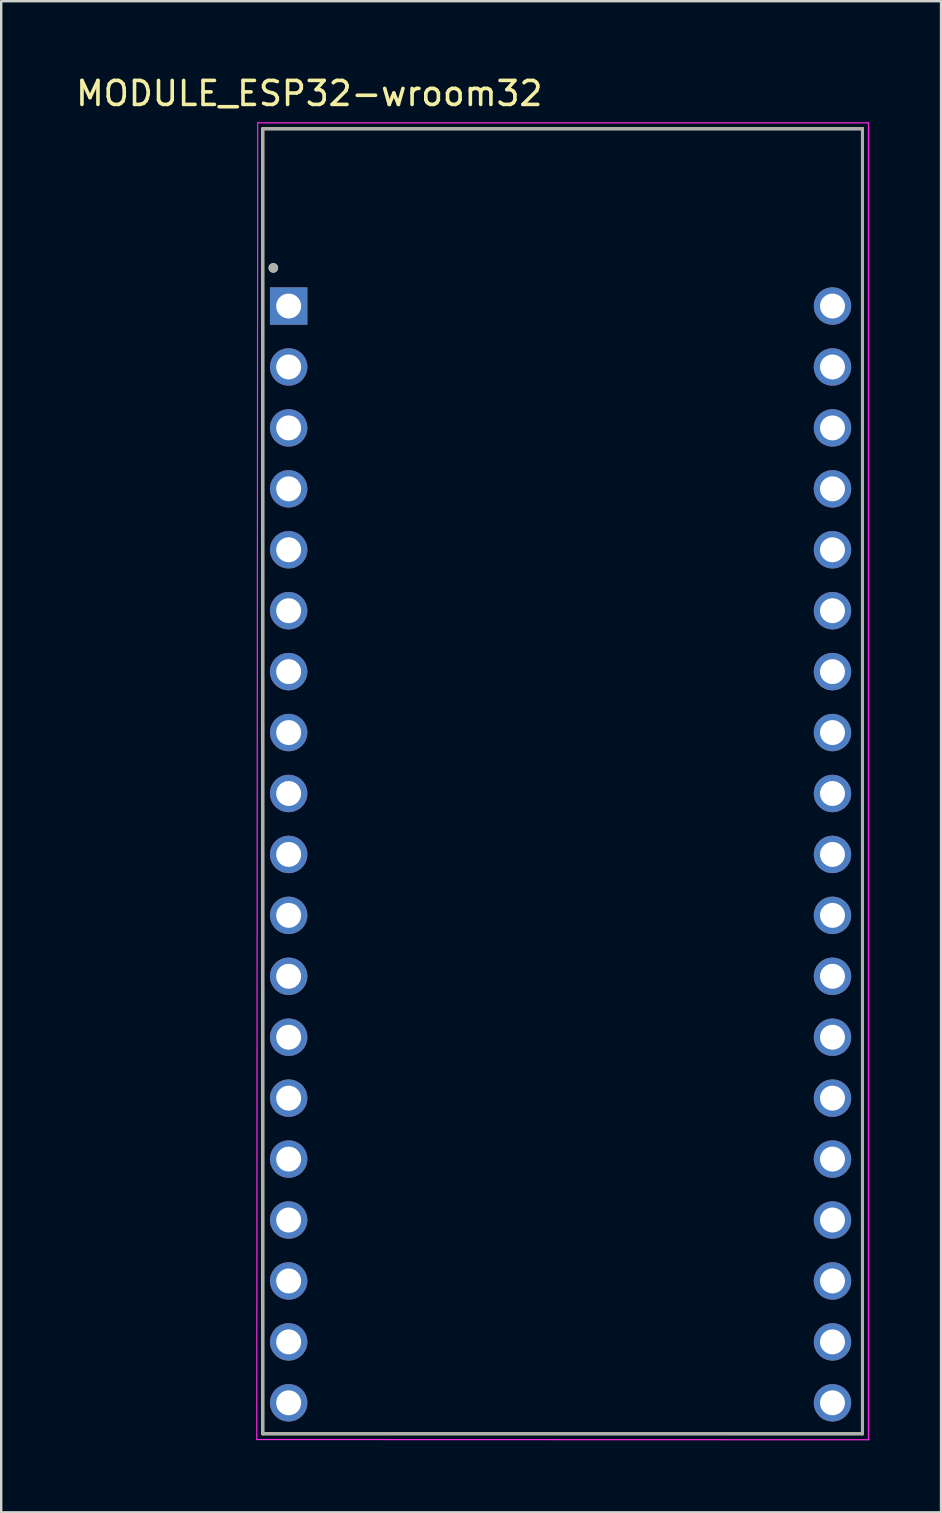
<source format=kicad_pcb>
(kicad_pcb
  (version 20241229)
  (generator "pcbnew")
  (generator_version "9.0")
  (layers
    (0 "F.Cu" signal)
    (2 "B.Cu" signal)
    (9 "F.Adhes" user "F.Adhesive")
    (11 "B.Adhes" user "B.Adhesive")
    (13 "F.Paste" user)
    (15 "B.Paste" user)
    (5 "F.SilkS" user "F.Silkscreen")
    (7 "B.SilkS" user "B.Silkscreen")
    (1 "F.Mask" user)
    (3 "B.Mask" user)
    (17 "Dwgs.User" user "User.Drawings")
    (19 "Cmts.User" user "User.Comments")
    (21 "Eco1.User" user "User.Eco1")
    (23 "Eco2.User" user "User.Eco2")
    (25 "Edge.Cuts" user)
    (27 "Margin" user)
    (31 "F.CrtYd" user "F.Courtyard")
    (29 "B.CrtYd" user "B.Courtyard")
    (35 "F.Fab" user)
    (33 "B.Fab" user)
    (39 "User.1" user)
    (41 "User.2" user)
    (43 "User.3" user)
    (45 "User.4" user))
  (footprint "MODULE_ESP32-wroom32"
    (layer "F.Cu")
    (at 18.953 29.468)
    (property "Reference" "MODULE_ESP32-wroom32" (at -9.11 -28.62 0) (layer "F.SilkS") (effects (font (size 1 1) (thickness 0.15))))
    (attr through_hole)
    (fp_line (start -11.05 -27.15) (end 13.95 -27.15) (stroke (width 0.127) (type solid)) (layer "F.SilkS"))
    (fp_line (start -11.05 27.25) (end -11.05 -27.15) (stroke (width 0.127) (type solid)) (layer "F.SilkS"))
    (fp_line (start 13.95 -27.15) (end 13.95 27.25) (stroke (width 0.127) (type solid)) (layer "F.SilkS"))
    (fp_line (start 13.95 27.25) (end -11.05 27.25) (stroke (width 0.127) (type solid)) (layer "F.SilkS"))
    (fp_circle (center -10.61 -21.35) (end -10.51 -21.35) (stroke (width 0.2) (type solid)) (fill no) (layer "F.SilkS"))
    (fp_line (start -11.3 27.49) (end -11.26 -27.4) (stroke (width 0.05) (type solid)) (layer "F.CrtYd"))
    (fp_line (start -11.26 -27.4) (end 14.2 -27.4) (stroke (width 0.05) (type solid)) (layer "F.CrtYd"))
    (fp_line (start 14.2 -27.4) (end 14.2 27.5) (stroke (width 0.05) (type solid)) (layer "F.CrtYd"))
    (fp_line (start 14.2 27.5) (end -11.3 27.49) (stroke (width 0.05) (type solid)) (layer "F.CrtYd"))
    (fp_line (start -11.05 -27.15) (end 13.95 -27.15) (stroke (width 0.127) (type solid)) (layer "F.Fab"))
    (fp_line (start -11.05 27.25) (end -11.05 -27.15) (stroke (width 0.127) (type solid)) (layer "F.Fab"))
    (fp_line (start 13.95 -27.15) (end 13.95 27.25) (stroke (width 0.127) (type solid)) (layer "F.Fab"))
    (fp_line (start 13.95 27.25) (end -11.05 27.25) (stroke (width 0.127) (type solid)) (layer "F.Fab"))
    (fp_circle (center -10.61 -21.35) (end -10.51 -21.35) (stroke (width 0.2) (type solid)) (fill no) (layer "F.Fab"))
    (pad "J2-1" thru_hole rect (at -9.97 -19.76) (size 1.56 1.56) (drill 1.04) (layers "*.Cu" "*.Mask"))
    (pad "J2-2" thru_hole circle (at -9.97 -17.22) (size 1.56 1.56) (drill 1.04) (layers "*.Cu" "*.Mask"))
    (pad "J2-3" thru_hole circle (at -9.97 -14.68) (size 1.56 1.56) (drill 1.04) (layers "*.Cu" "*.Mask"))
    (pad "J2-4" thru_hole circle (at -9.97 -12.14) (size 1.56 1.56) (drill 1.04) (layers "*.Cu" "*.Mask"))
    (pad "J2-5" thru_hole circle (at -9.97 -9.6) (size 1.56 1.56) (drill 1.04) (layers "*.Cu" "*.Mask"))
    (pad "J2-6" thru_hole circle (at -9.97 -7.06) (size 1.56 1.56) (drill 1.04) (layers "*.Cu" "*.Mask"))
    (pad "J2-7" thru_hole circle (at -9.97 -4.52) (size 1.56 1.56) (drill 1.04) (layers "*.Cu" "*.Mask"))
    (pad "J2-8" thru_hole circle (at -9.97 -1.98) (size 1.56 1.56) (drill 1.04) (layers "*.Cu" "*.Mask"))
    (pad "J2-9" thru_hole circle (at -9.97 0.56) (size 1.56 1.56) (drill 1.04) (layers "*.Cu" "*.Mask"))
    (pad "J2-10" thru_hole circle (at -9.97 3.1) (size 1.56 1.56) (drill 1.04) (layers "*.Cu" "*.Mask"))
    (pad "J2-11" thru_hole circle (at -9.97 5.64) (size 1.56 1.56) (drill 1.04) (layers "*.Cu" "*.Mask"))
    (pad "J2-12" thru_hole circle (at -9.97 8.18) (size 1.56 1.56) (drill 1.04) (layers "*.Cu" "*.Mask"))
    (pad "J2-13" thru_hole circle (at -9.97 10.72) (size 1.56 1.56) (drill 1.04) (layers "*.Cu" "*.Mask"))
    (pad "J2-14" thru_hole circle (at -9.97 13.26) (size 1.56 1.56) (drill 1.04) (layers "*.Cu" "*.Mask"))
    (pad "J2-15" thru_hole circle (at -9.97 15.8) (size 1.56 1.56) (drill 1.04) (layers "*.Cu" "*.Mask"))
    (pad "J2-16" thru_hole circle (at -9.97 18.34) (size 1.56 1.56) (drill 1.04) (layers "*.Cu" "*.Mask"))
    (pad "J2-17" thru_hole circle (at -9.97 20.88) (size 1.56 1.56) (drill 1.04) (layers "*.Cu" "*.Mask"))
    (pad "J2-18" thru_hole circle (at -9.97 23.42) (size 1.56 1.56) (drill 1.04) (layers "*.Cu" "*.Mask"))
    (pad "J2-19" thru_hole circle (at -9.97 25.96) (size 1.56 1.56) (drill 1.04) (layers "*.Cu" "*.Mask"))
    (pad "J3-1" thru_hole circle (at 12.7 -19.76) (size 1.56 1.56) (drill 1.04) (layers "*.Cu" "*.Mask"))
    (pad "J3-2" thru_hole circle (at 12.7 -17.22) (size 1.56 1.56) (drill 1.04) (layers "*.Cu" "*.Mask"))
    (pad "J3-3" thru_hole circle (at 12.7 -14.68) (size 1.56 1.56) (drill 1.04) (layers "*.Cu" "*.Mask"))
    (pad "J3-4" thru_hole circle (at 12.7 -12.14) (size 1.56 1.56) (drill 1.04) (layers "*.Cu" "*.Mask"))
    (pad "J3-5" thru_hole circle (at 12.7 -9.6) (size 1.56 1.56) (drill 1.04) (layers "*.Cu" "*.Mask"))
    (pad "J3-6" thru_hole circle (at 12.7 -7.06) (size 1.56 1.56) (drill 1.04) (layers "*.Cu" "*.Mask"))
    (pad "J3-7" thru_hole circle (at 12.7 -4.52) (size 1.56 1.56) (drill 1.04) (layers "*.Cu" "*.Mask"))
    (pad "J3-8" thru_hole circle (at 12.7 -1.98) (size 1.56 1.56) (drill 1.04) (layers "*.Cu" "*.Mask"))
    (pad "J3-9" thru_hole circle (at 12.7 0.56) (size 1.56 1.56) (drill 1.04) (layers "*.Cu" "*.Mask"))
    (pad "J3-10" thru_hole circle (at 12.7 3.1) (size 1.56 1.56) (drill 1.04) (layers "*.Cu" "*.Mask"))
    (pad "J3-11" thru_hole circle (at 12.7 5.64) (size 1.56 1.56) (drill 1.04) (layers "*.Cu" "*.Mask"))
    (pad "J3-12" thru_hole circle (at 12.7 8.18) (size 1.56 1.56) (drill 1.04) (layers "*.Cu" "*.Mask"))
    (pad "J3-13" thru_hole circle (at 12.7 10.72) (size 1.56 1.56) (drill 1.04) (layers "*.Cu" "*.Mask"))
    (pad "J3-14" thru_hole circle (at 12.7 13.26) (size 1.56 1.56) (drill 1.04) (layers "*.Cu" "*.Mask"))
    (pad "J3-15" thru_hole circle (at 12.7 15.8) (size 1.56 1.56) (drill 1.04) (layers "*.Cu" "*.Mask"))
    (pad "J3-16" thru_hole circle (at 12.7 18.34) (size 1.56 1.56) (drill 1.04) (layers "*.Cu" "*.Mask"))
    (pad "J3-17" thru_hole circle (at 12.7 20.88) (size 1.56 1.56) (drill 1.04) (layers "*.Cu" "*.Mask"))
    (pad "J3-18" thru_hole circle (at 12.7 23.42) (size 1.56 1.56) (drill 1.04) (layers "*.Cu" "*.Mask"))
    (pad "J3-19" thru_hole circle (at 12.7 25.96) (size 1.56 1.56) (drill 1.04) (layers "*.Cu" "*.Mask")))
  (gr_rect
    (start -3 -3)
    (end 36.178 59.993)
    (stroke (width 0.1) (type default))
    (fill no)
    (layer "Edge.Cuts")))
</source>
